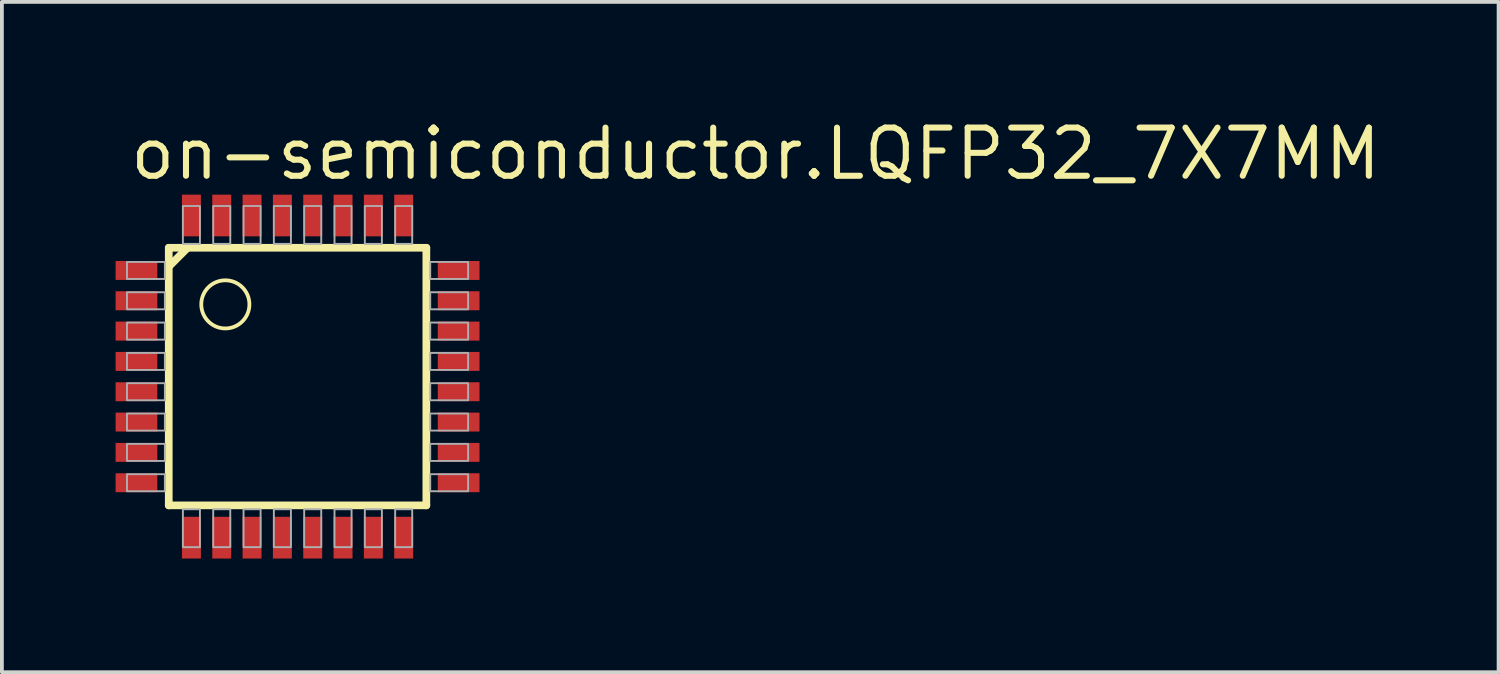
<source format=kicad_pcb>
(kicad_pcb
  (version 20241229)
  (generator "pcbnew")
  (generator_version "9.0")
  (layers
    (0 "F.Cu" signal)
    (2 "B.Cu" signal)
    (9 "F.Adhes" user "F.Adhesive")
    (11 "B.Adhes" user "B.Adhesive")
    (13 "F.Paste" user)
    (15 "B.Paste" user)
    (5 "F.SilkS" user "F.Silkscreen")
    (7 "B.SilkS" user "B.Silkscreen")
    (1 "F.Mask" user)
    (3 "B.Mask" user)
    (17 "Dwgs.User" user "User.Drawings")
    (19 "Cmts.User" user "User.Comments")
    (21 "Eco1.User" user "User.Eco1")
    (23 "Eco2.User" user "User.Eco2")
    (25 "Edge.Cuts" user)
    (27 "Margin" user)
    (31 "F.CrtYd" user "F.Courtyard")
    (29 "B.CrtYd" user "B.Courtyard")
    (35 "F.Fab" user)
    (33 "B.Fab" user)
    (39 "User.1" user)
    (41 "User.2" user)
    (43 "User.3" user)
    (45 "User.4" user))
  (footprint "on-semiconductor.LQFP32_7X7MM"
    (layer "F.Cu")
    (at 4.8 6.885)
    (property "Reference" "on-semiconductor.LQFP32_7X7MM" (at -4.5 -5.135 0) (layer "F.SilkS") (effects (font (size 1.27 1.27) (thickness 0.16)) (justify left bottom)))
    (attr smd)
    (fp_line (start -3.398 -3.398) (end -3.398 3.398) (stroke (width 0.203) (type default)) (layer "F.SilkS"))
    (fp_line (start -3.398 -2.9) (end -2.9 -3.398) (stroke (width 0.203) (type default)) (layer "F.SilkS"))
    (fp_line (start -3.398 3.398) (end 3.398 3.398) (stroke (width 0.203) (type default)) (layer "F.SilkS"))
    (fp_line (start 3.398 -3.398) (end -3.398 -3.398) (stroke (width 0.203) (type default)) (layer "F.SilkS"))
    (fp_line (start 3.398 3.398) (end 3.398 -3.398) (stroke (width 0.203) (type default)) (layer "F.SilkS"))
    (fp_circle (center -1.905 -1.905) (end -1.27 -1.905) (stroke (width 0.1) (type default)) (fill no) (layer "F.SilkS"))
    (fp_rect (start -4.5 -2.575) (end -3.5 -3.025) (stroke (width 0.05) (type default)) (fill no) (layer "F.Fab"))
    (fp_rect (start -4.5 -1.775) (end -3.5 -2.225) (stroke (width 0.05) (type default)) (fill no) (layer "F.Fab"))
    (fp_rect (start -4.5 -0.975) (end -3.5 -1.425) (stroke (width 0.05) (type default)) (fill no) (layer "F.Fab"))
    (fp_rect (start -4.5 -0.175) (end -3.5 -0.625) (stroke (width 0.05) (type default)) (fill no) (layer "F.Fab"))
    (fp_rect (start -4.5 0.625) (end -3.5 0.175) (stroke (width 0.05) (type default)) (fill no) (layer "F.Fab"))
    (fp_rect (start -4.5 1.425) (end -3.5 0.975) (stroke (width 0.05) (type default)) (fill no) (layer "F.Fab"))
    (fp_rect (start -4.5 2.225) (end -3.5 1.775) (stroke (width 0.05) (type default)) (fill no) (layer "F.Fab"))
    (fp_rect (start -4.5 3.025) (end -3.5 2.575) (stroke (width 0.05) (type default)) (fill no) (layer "F.Fab"))
    (fp_rect (start -3.025 -3.5) (end -2.575 -4.5) (stroke (width 0.05) (type default)) (fill no) (layer "F.Fab"))
    (fp_rect (start -3.025 4.5) (end -2.575 3.5) (stroke (width 0.05) (type default)) (fill no) (layer "F.Fab"))
    (fp_rect (start -2.225 -3.5) (end -1.775 -4.5) (stroke (width 0.05) (type default)) (fill no) (layer "F.Fab"))
    (fp_rect (start -2.225 4.5) (end -1.775 3.5) (stroke (width 0.05) (type default)) (fill no) (layer "F.Fab"))
    (fp_rect (start -1.425 -3.5) (end -0.975 -4.5) (stroke (width 0.05) (type default)) (fill no) (layer "F.Fab"))
    (fp_rect (start -1.425 4.5) (end -0.975 3.5) (stroke (width 0.05) (type default)) (fill no) (layer "F.Fab"))
    (fp_rect (start -0.625 -3.5) (end -0.175 -4.5) (stroke (width 0.05) (type default)) (fill no) (layer "F.Fab"))
    (fp_rect (start -0.625 4.5) (end -0.175 3.5) (stroke (width 0.05) (type default)) (fill no) (layer "F.Fab"))
    (fp_rect (start 0.175 -3.5) (end 0.625 -4.5) (stroke (width 0.05) (type default)) (fill no) (layer "F.Fab"))
    (fp_rect (start 0.175 4.5) (end 0.625 3.5) (stroke (width 0.05) (type default)) (fill no) (layer "F.Fab"))
    (fp_rect (start 0.975 -3.5) (end 1.425 -4.5) (stroke (width 0.05) (type default)) (fill no) (layer "F.Fab"))
    (fp_rect (start 0.975 4.5) (end 1.425 3.5) (stroke (width 0.05) (type default)) (fill no) (layer "F.Fab"))
    (fp_rect (start 1.775 -3.5) (end 2.225 -4.5) (stroke (width 0.05) (type default)) (fill no) (layer "F.Fab"))
    (fp_rect (start 1.775 4.5) (end 2.225 3.5) (stroke (width 0.05) (type default)) (fill no) (layer "F.Fab"))
    (fp_rect (start 2.575 -3.5) (end 3.025 -4.5) (stroke (width 0.05) (type default)) (fill no) (layer "F.Fab"))
    (fp_rect (start 2.575 4.5) (end 3.025 3.5) (stroke (width 0.05) (type default)) (fill no) (layer "F.Fab"))
    (fp_rect (start 3.5 -2.575) (end 4.5 -3.025) (stroke (width 0.05) (type default)) (fill no) (layer "F.Fab"))
    (fp_rect (start 3.5 -1.775) (end 4.5 -2.225) (stroke (width 0.05) (type default)) (fill no) (layer "F.Fab"))
    (fp_rect (start 3.5 -0.975) (end 4.5 -1.425) (stroke (width 0.05) (type default)) (fill no) (layer "F.Fab"))
    (fp_rect (start 3.5 -0.175) (end 4.5 -0.625) (stroke (width 0.05) (type default)) (fill no) (layer "F.Fab"))
    (fp_rect (start 3.5 0.625) (end 4.5 0.175) (stroke (width 0.05) (type default)) (fill no) (layer "F.Fab"))
    (fp_rect (start 3.5 1.425) (end 4.5 0.975) (stroke (width 0.05) (type default)) (fill no) (layer "F.Fab"))
    (fp_rect (start 3.5 2.225) (end 4.5 1.775) (stroke (width 0.05) (type default)) (fill no) (layer "F.Fab"))
    (fp_rect (start 3.5 3.025) (end 4.5 2.575) (stroke (width 0.05) (type default)) (fill no) (layer "F.Fab"))
    (pad "1" smd roundrect (at -4.25 -2.8) (size 1.1 0.5) (layers "F.Cu" "F.Mask" "F.Paste") (roundrect_rratio 0.01))
    (pad "2" smd roundrect (at -4.25 -2) (size 1.1 0.5) (layers "F.Cu" "F.Mask" "F.Paste") (roundrect_rratio 0.01))
    (pad "3" smd roundrect (at -4.25 -1.2) (size 1.1 0.5) (layers "F.Cu" "F.Mask" "F.Paste") (roundrect_rratio 0.01))
    (pad "4" smd roundrect (at -4.25 -0.4) (size 1.1 0.5) (layers "F.Cu" "F.Mask" "F.Paste") (roundrect_rratio 0.01))
    (pad "5" smd roundrect (at -4.25 0.4) (size 1.1 0.5) (layers "F.Cu" "F.Mask" "F.Paste") (roundrect_rratio 0.01))
    (pad "6" smd roundrect (at -4.25 1.2) (size 1.1 0.5) (layers "F.Cu" "F.Mask" "F.Paste") (roundrect_rratio 0.01))
    (pad "7" smd roundrect (at -4.25 2) (size 1.1 0.5) (layers "F.Cu" "F.Mask" "F.Paste") (roundrect_rratio 0.01))
    (pad "8" smd roundrect (at -4.25 2.8) (size 1.1 0.5) (layers "F.Cu" "F.Mask" "F.Paste") (roundrect_rratio 0.01))
    (pad "9" smd roundrect (at -2.8 4.25) (size 0.5 1.1) (layers "F.Cu" "F.Mask" "F.Paste") (roundrect_rratio 0.01))
    (pad "10" smd roundrect (at -2 4.25) (size 0.5 1.1) (layers "F.Cu" "F.Mask" "F.Paste") (roundrect_rratio 0.01))
    (pad "11" smd roundrect (at -1.2 4.25) (size 0.5 1.1) (layers "F.Cu" "F.Mask" "F.Paste") (roundrect_rratio 0.01))
    (pad "12" smd roundrect (at -0.4 4.25) (size 0.5 1.1) (layers "F.Cu" "F.Mask" "F.Paste") (roundrect_rratio 0.01))
    (pad "13" smd roundrect (at 0.4 4.25) (size 0.5 1.1) (layers "F.Cu" "F.Mask" "F.Paste") (roundrect_rratio 0.01))
    (pad "14" smd roundrect (at 1.2 4.25) (size 0.5 1.1) (layers "F.Cu" "F.Mask" "F.Paste") (roundrect_rratio 0.01))
    (pad "15" smd roundrect (at 2 4.25) (size 0.5 1.1) (layers "F.Cu" "F.Mask" "F.Paste") (roundrect_rratio 0.01))
    (pad "16" smd roundrect (at 2.8 4.25) (size 0.5 1.1) (layers "F.Cu" "F.Mask" "F.Paste") (roundrect_rratio 0.01))
    (pad "17" smd roundrect (at 4.25 2.8) (size 1.1 0.5) (layers "F.Cu" "F.Mask" "F.Paste") (roundrect_rratio 0.01))
    (pad "18" smd roundrect (at 4.25 2) (size 1.1 0.5) (layers "F.Cu" "F.Mask" "F.Paste") (roundrect_rratio 0.01))
    (pad "19" smd roundrect (at 4.25 1.2) (size 1.1 0.5) (layers "F.Cu" "F.Mask" "F.Paste") (roundrect_rratio 0.01))
    (pad "20" smd roundrect (at 4.25 0.4) (size 1.1 0.5) (layers "F.Cu" "F.Mask" "F.Paste") (roundrect_rratio 0.01))
    (pad "21" smd roundrect (at 4.25 -0.4) (size 1.1 0.5) (layers "F.Cu" "F.Mask" "F.Paste") (roundrect_rratio 0.01))
    (pad "22" smd roundrect (at 4.25 -1.2) (size 1.1 0.5) (layers "F.Cu" "F.Mask" "F.Paste") (roundrect_rratio 0.01))
    (pad "23" smd roundrect (at 4.25 -2) (size 1.1 0.5) (layers "F.Cu" "F.Mask" "F.Paste") (roundrect_rratio 0.01))
    (pad "24" smd roundrect (at 4.25 -2.8) (size 1.1 0.5) (layers "F.Cu" "F.Mask" "F.Paste") (roundrect_rratio 0.01))
    (pad "25" smd roundrect (at 2.8 -4.25) (size 0.5 1.1) (layers "F.Cu" "F.Mask" "F.Paste") (roundrect_rratio 0.01))
    (pad "26" smd roundrect (at 2 -4.25) (size 0.5 1.1) (layers "F.Cu" "F.Mask" "F.Paste") (roundrect_rratio 0.01))
    (pad "27" smd roundrect (at 1.2 -4.25) (size 0.5 1.1) (layers "F.Cu" "F.Mask" "F.Paste") (roundrect_rratio 0.01))
    (pad "28" smd roundrect (at 0.4 -4.25) (size 0.5 1.1) (layers "F.Cu" "F.Mask" "F.Paste") (roundrect_rratio 0.01))
    (pad "29" smd roundrect (at -0.4 -4.25) (size 0.5 1.1) (layers "F.Cu" "F.Mask" "F.Paste") (roundrect_rratio 0.01))
    (pad "30" smd roundrect (at -1.2 -4.25) (size 0.5 1.1) (layers "F.Cu" "F.Mask" "F.Paste") (roundrect_rratio 0.01))
    (pad "31" smd roundrect (at -2 -4.25) (size 0.5 1.1) (layers "F.Cu" "F.Mask" "F.Paste") (roundrect_rratio 0.01))
    (pad "32" smd roundrect (at -2.8 -4.25) (size 0.5 1.1) (layers "F.Cu" "F.Mask" "F.Paste") (roundrect_rratio 0.01)))
  (gr_rect
    (start -3 -3)
    (end 36.486 14.685)
    (stroke (width 0.1) (type default))
    (fill no)
    (layer "Edge.Cuts")))
</source>
